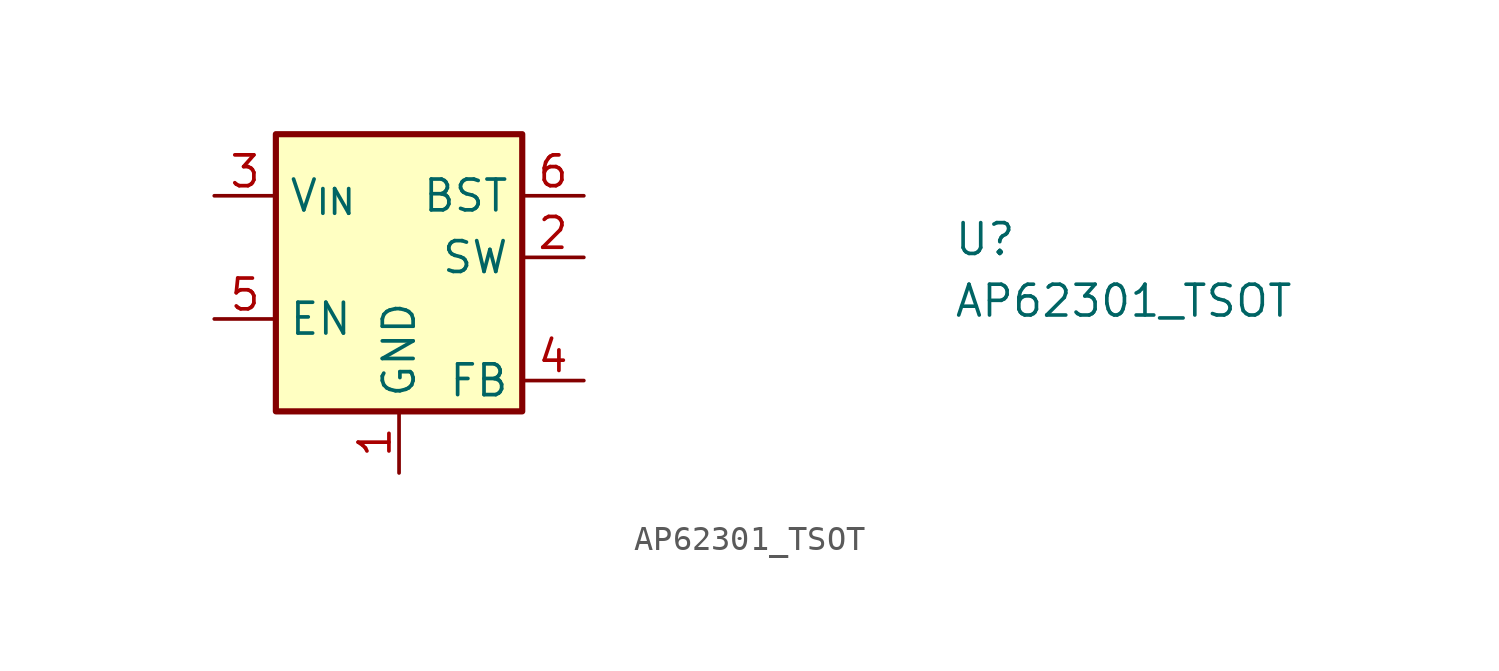
<source format=kicad_sym>
(kicad_symbol_lib
  (version 20211014)
  (generator kicad_symbol_editor)
  (symbol "AP62301_TSOT"
    (property "Reference" "U"
      (at 30.48 -2.54 0)
      (effects (font (size 1.27 1.27) (thickness 0.15)) (justify left bottom)))
    (property "Value" "AP62301_TSOT"
      (at 30.48 -5.08 0)
      (effects (font (size 1.27 1.27) (thickness 0.15)) (justify left bottom)))
    (symbol "AP62301_TSOT_1_1"
      (rectangle (start 2.54 2.54) (end 12.7 -8.89) (stroke (width 0.254) (type default) (color 0 0 0 0)) (fill (type background)))
      (pin power_in line (at 7.62 -11.43 90) (length 2.54) (name "GND" (effects (font (size 1.27 1.27)))) (number "1" (effects (font (size 1.27 1.27)))))
      (pin power_out line (at 15.24 -2.54 180) (length 2.54) (name "SW" (effects (font (size 1.27 1.27)))) (number "2" (effects (font (size 1.27 1.27)))))
      (pin power_in line (at 0 0 0) (length 2.54) (name "V_{IN}" (effects (font (size 1.27 1.27)))) (number "3" (effects (font (size 1.27 1.27)))))
      (pin input line (at 15.24 -7.62 180) (length 2.54) (name "FB" (effects (font (size 1.27 1.27)))) (number "4" (effects (font (size 1.27 1.27)))))
      (pin input line (at 0 -5.08 0) (length 2.54) (name "EN" (effects (font (size 1.27 1.27)))) (number "5" (effects (font (size 1.27 1.27)))))
      (pin output line (at 15.24 0 180) (length 2.54) (name "BST" (effects (font (size 1.27 1.27)))) (number "6" (effects (font (size 1.27 1.27))))))))
</source>
